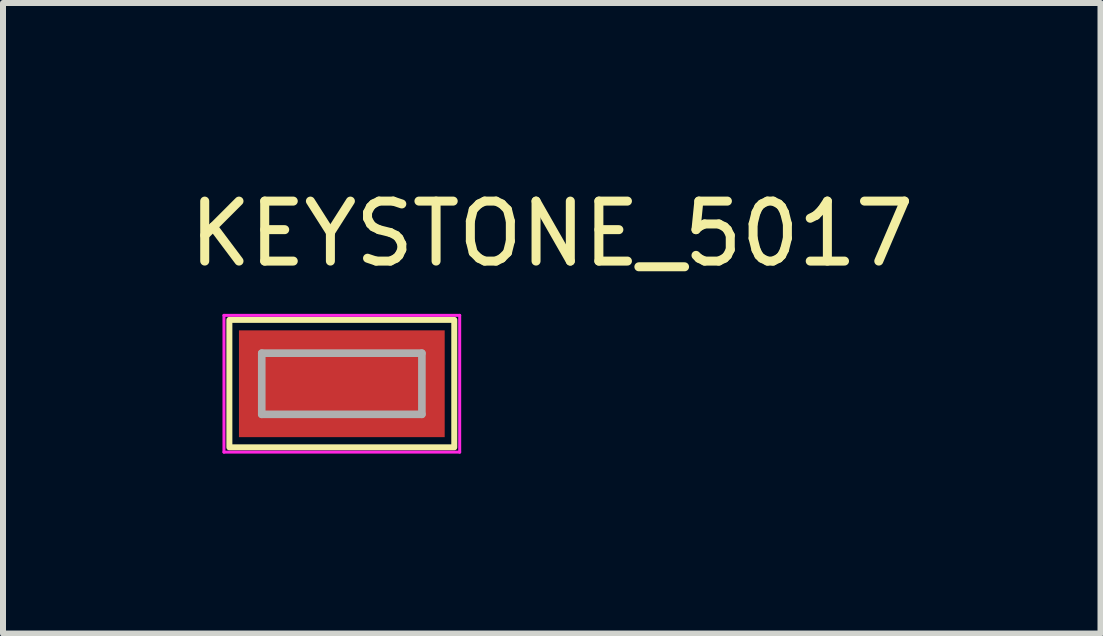
<source format=kicad_pcb>
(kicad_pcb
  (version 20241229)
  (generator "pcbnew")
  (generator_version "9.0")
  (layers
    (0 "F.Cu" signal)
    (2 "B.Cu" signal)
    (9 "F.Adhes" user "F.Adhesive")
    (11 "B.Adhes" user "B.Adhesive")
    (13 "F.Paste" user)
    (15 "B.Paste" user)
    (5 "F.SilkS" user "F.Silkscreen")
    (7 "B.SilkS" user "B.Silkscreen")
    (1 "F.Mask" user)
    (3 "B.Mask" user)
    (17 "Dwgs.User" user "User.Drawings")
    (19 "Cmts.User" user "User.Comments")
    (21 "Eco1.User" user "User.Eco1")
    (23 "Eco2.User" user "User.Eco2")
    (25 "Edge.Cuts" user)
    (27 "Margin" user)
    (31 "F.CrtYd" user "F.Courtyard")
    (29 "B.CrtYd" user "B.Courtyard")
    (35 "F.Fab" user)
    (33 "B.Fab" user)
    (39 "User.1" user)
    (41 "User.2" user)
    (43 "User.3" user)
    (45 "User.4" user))
  (footprint "KEYSTONE_5017"
    (layer "F.Cu")
    (at 2.649 3.348)
    (property "Reference" "KEYSTONE_5017" (at 3.5 -2.5 0) (layer "F.SilkS") (effects (font (size 1 1) (thickness 0.15))))
    (attr smd)
    (fp_rect (start -1.875 -1.065) (end 1.875 1.06) (stroke (width 0.1) (type solid)) (fill no) (layer "F.SilkS"))
    (fp_line (start -1.965 -1.14) (end -1.965 1.14) (stroke (width 0.05) (type solid)) (layer "F.CrtYd"))
    (fp_line (start -1.965 1.14) (end 1.965 1.14) (stroke (width 0.05) (type solid)) (layer "F.CrtYd"))
    (fp_line (start 1.965 -1.14) (end -1.965 -1.14) (stroke (width 0.05) (type solid)) (layer "F.CrtYd"))
    (fp_line (start 1.965 1.14) (end 1.965 -1.14) (stroke (width 0.05) (type solid)) (layer "F.CrtYd"))
    (fp_line (start -1.335 -0.51) (end 1.335 -0.51) (stroke (width 0.127) (type solid)) (layer "F.Fab"))
    (fp_line (start -1.335 0.51) (end -1.335 -0.51) (stroke (width 0.127) (type solid)) (layer "F.Fab"))
    (fp_line (start 1.335 -0.51) (end 1.335 0.51) (stroke (width 0.127) (type solid)) (layer "F.Fab"))
    (fp_line (start 1.335 0.51) (end -1.335 0.51) (stroke (width 0.127) (type solid)) (layer "F.Fab"))
    (pad "1" smd rect (at 0 0) (size 3.43 1.78) (layers "F.Cu" "F.Mask" "F.Paste")))
  (gr_rect
    (start -3 -3)
    (end 15.298 7.513)
    (stroke (width 0.1) (type default))
    (fill no)
    (layer "Edge.Cuts")))
</source>
